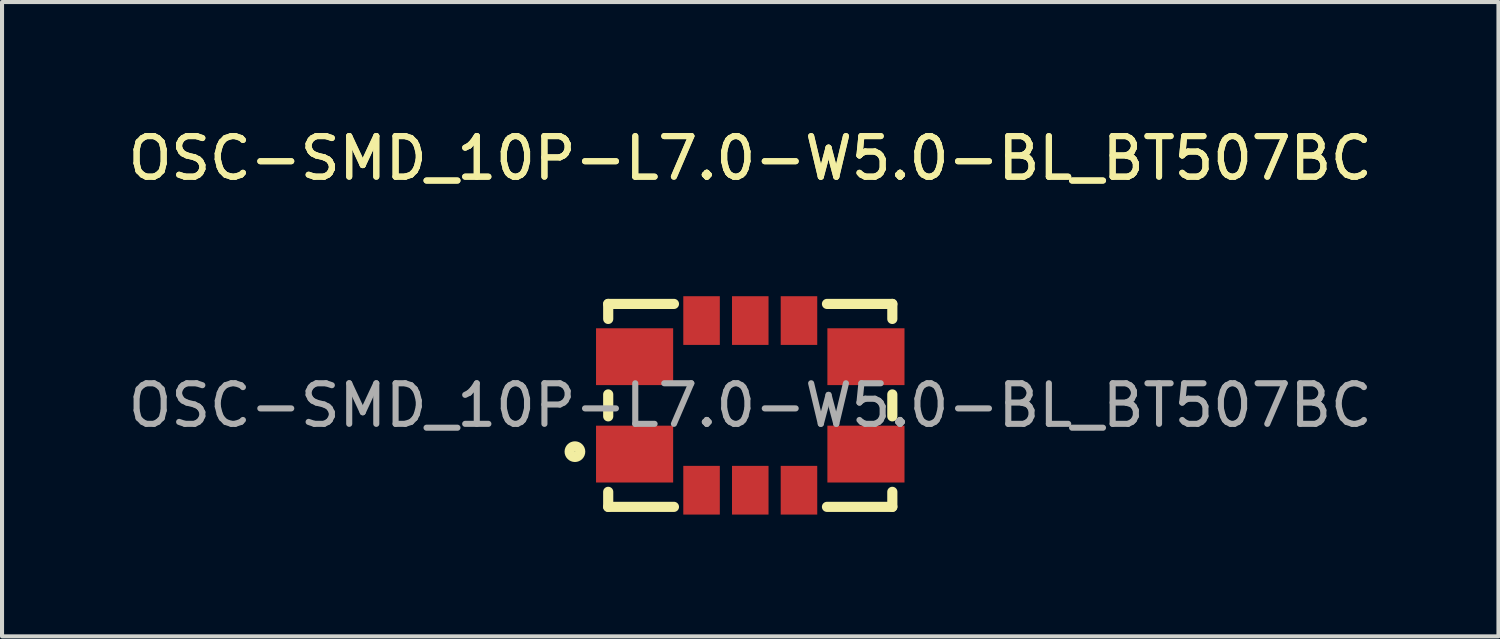
<source format=kicad_pcb>
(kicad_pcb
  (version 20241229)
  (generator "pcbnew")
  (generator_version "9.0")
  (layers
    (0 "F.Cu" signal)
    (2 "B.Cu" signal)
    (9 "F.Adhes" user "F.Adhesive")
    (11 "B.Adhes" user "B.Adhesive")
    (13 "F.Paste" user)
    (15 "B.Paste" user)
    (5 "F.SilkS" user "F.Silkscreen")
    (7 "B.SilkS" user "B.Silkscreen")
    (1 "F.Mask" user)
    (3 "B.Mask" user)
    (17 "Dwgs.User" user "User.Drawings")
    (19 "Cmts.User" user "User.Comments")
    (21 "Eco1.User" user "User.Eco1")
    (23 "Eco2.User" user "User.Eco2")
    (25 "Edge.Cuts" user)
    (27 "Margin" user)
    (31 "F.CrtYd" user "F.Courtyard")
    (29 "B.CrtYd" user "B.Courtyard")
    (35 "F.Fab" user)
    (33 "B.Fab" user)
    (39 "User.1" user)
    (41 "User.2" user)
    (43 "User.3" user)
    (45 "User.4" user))
  (footprint "OSC-SMD_10P-L7.0-W5.0-BL_BT507BC"
    (layer "F.Cu")
    (at 15.435 6.938)
    (property "Reference" "OSC-SMD_10P-L7.0-W5.0-BL_BT507BC" (at 0 -6.09 0) (layer "F.SilkS") (effects (font (size 1 1) (thickness 0.15))))
    (attr smd)
    (fp_line (start -3.5 -2.5) (end -3.5 -2.13) (stroke (width 0.25) (type solid)) (layer "F.SilkS"))
    (fp_line (start -3.5 -2.5) (end -1.88 -2.5) (stroke (width 0.25) (type solid)) (layer "F.SilkS"))
    (fp_line (start -3.5 -0.27) (end -3.5 0.27) (stroke (width 0.25) (type solid)) (layer "F.SilkS"))
    (fp_line (start -3.5 2.13) (end -3.5 2.5) (stroke (width 0.25) (type solid)) (layer "F.SilkS"))
    (fp_line (start -3.5 2.5) (end -1.88 2.5) (stroke (width 0.25) (type solid)) (layer "F.SilkS"))
    (fp_line (start 1.89 -2.5) (end 3.5 -2.5) (stroke (width 0.25) (type solid)) (layer "F.SilkS"))
    (fp_line (start 1.89 2.5) (end 3.5 2.5) (stroke (width 0.25) (type solid)) (layer "F.SilkS"))
    (fp_line (start 3.5 -2.5) (end 3.5 -2.13) (stroke (width 0.25) (type solid)) (layer "F.SilkS"))
    (fp_line (start 3.5 -0.27) (end 3.5 0.27) (stroke (width 0.25) (type solid)) (layer "F.SilkS"))
    (fp_line (start 3.5 2.13) (end 3.5 2.5) (stroke (width 0.25) (type solid)) (layer "F.SilkS"))
    (fp_circle (center -4.32 1.14) (end -4.19 1.14) (stroke (width 0.25) (type solid)) (fill no) (layer "F.SilkS"))
    (fp_text user "${REFERENCE}" (at 0 -6.09 0) (layer "F.SilkS") (effects (font (size 1 1) (thickness 0.15))))
    (fp_text user "${REFERENCE}" (at 0 0 0) (layer "F.Fab") (effects (font (size 1 1) (thickness 0.15))))
    (pad "1" smd rect (at -2.85 1.2 270) (size 1.4 1.9) (layers "F.Cu" "F.Mask" "F.Paste"))
    (pad "2" smd rect (at 2.85 1.2 90) (size 1.4 1.9) (layers "F.Cu" "F.Mask" "F.Paste"))
    (pad "3" smd rect (at 2.85 -1.2 90) (size 1.4 1.9) (layers "F.Cu" "F.Mask" "F.Paste"))
    (pad "4" smd rect (at -2.85 -1.2 270) (size 1.4 1.9) (layers "F.Cu" "F.Mask" "F.Paste"))
    (pad "5" smd rect (at -1.2 2.09 180) (size 0.9 1.2) (layers "F.Cu" "F.Mask" "F.Paste"))
    (pad "6" smd rect (at 0 2.09 180) (size 0.9 1.2) (layers "F.Cu" "F.Mask" "F.Paste"))
    (pad "7" smd rect (at 1.2 2.09 180) (size 0.9 1.2) (layers "F.Cu" "F.Mask" "F.Paste"))
    (pad "8" smd rect (at 1.2 -2.09) (size 0.9 1.2) (layers "F.Cu" "F.Mask" "F.Paste"))
    (pad "9" smd rect (at 0 -2.09) (size 0.9 1.2) (layers "F.Cu" "F.Mask" "F.Paste"))
    (pad "10" smd rect (at -1.2 -2.09) (size 0.9 1.2) (layers "F.Cu" "F.Mask" "F.Paste")))
  (gr_rect
    (start -3 -3)
    (end 33.869 12.628)
    (stroke (width 0.1) (type default))
    (fill no)
    (layer "Edge.Cuts")))
</source>
